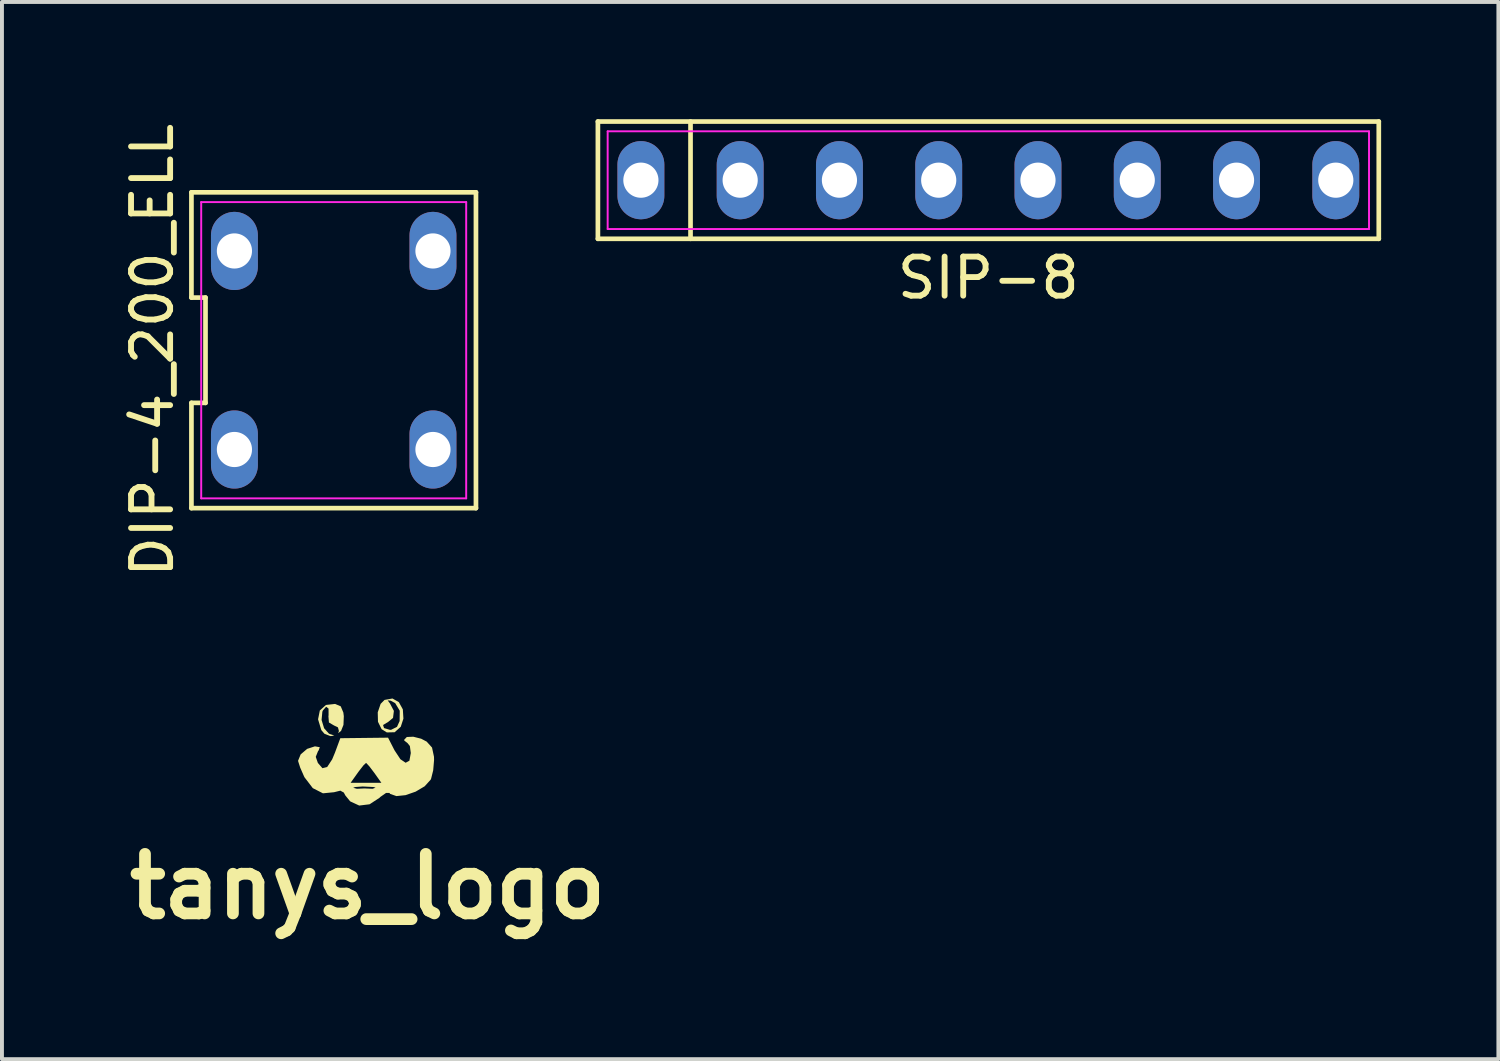
<source format=kicad_pcb>
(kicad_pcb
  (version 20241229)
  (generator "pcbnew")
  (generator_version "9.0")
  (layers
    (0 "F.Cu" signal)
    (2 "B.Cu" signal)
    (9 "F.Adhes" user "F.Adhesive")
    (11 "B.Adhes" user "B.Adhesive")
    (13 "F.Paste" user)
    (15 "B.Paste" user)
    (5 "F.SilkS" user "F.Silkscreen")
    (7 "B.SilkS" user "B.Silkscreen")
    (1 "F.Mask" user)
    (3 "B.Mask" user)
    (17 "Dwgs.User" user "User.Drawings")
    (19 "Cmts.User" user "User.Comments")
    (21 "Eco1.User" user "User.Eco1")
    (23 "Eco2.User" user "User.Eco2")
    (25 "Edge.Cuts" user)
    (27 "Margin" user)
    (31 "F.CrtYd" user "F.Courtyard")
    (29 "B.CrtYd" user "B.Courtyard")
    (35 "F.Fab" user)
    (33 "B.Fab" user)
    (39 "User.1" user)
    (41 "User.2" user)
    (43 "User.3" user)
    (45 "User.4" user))
  (footprint "DIP-4_200_ELL"
    (layer "F.Cu")
    (at 5.488 5.911)
    (property "Reference" "DIP-4_200_ELL" (at -4.64 0 90) (layer "F.SilkS") (effects (font (size 1 1) (thickness 0.15))))
    (fp_line (start -3.64 -1.347) (end -3.28 -1.347) (stroke (width 0.12) (type solid)) (layer "F.SilkS"))
    (fp_line (start -3.64 1.347) (end -3.64 4.04) (stroke (width 0.12) (type solid)) (layer "F.SilkS"))
    (fp_line (start -3.64 4.04) (end 3.64 4.04) (stroke (width 0.12) (type solid)) (layer "F.SilkS"))
    (fp_line (start -3.64 -4.04) (end -3.64 -1.347) (stroke (width 0.12) (type solid)) (layer "F.SilkS"))
    (fp_line (start -3.28 -1.347) (end -3.28 1.347) (stroke (width 0.12) (type solid)) (layer "F.SilkS"))
    (fp_line (start -3.28 1.347) (end -3.64 1.347) (stroke (width 0.12) (type solid)) (layer "F.SilkS"))
    (fp_line (start 3.64 4.04) (end 3.64 -4.04) (stroke (width 0.12) (type solid)) (layer "F.SilkS"))
    (fp_line (start 3.64 -4.04) (end -3.64 -4.04) (stroke (width 0.12) (type solid)) (layer "F.SilkS"))
    (fp_line (start -3.39 -3.79) (end 3.39 -3.79) (stroke (width 0.05) (type solid)) (layer "F.CrtYd"))
    (fp_line (start -3.39 3.79) (end -3.39 -3.79) (stroke (width 0.05) (type solid)) (layer "F.CrtYd"))
    (fp_line (start 3.39 -3.79) (end 3.39 3.79) (stroke (width 0.05) (type solid)) (layer "F.CrtYd"))
    (fp_line (start 3.39 3.79) (end -3.39 3.79) (stroke (width 0.05) (type solid)) (layer "F.CrtYd"))
    (pad "1" thru_hole oval (at -2.54 2.54) (size 1.2 2) (drill 0.9) (layers "*.Cu" "*.Mask"))
    (pad "2" thru_hole oval (at 2.54 2.54) (size 1.2 2) (drill 0.9) (layers "*.Cu" "*.Mask"))
    (pad "3" thru_hole oval (at 2.54 -2.54) (size 1.2 2) (drill 0.9) (layers "*.Cu" "*.Mask"))
    (pad "4" thru_hole oval (at -2.54 -2.54) (size 1.2 2) (drill 0.9) (layers "*.Cu" "*.Mask")))
  (footprint "tanys_logo"
    (layer "F.Cu")
    (at 6.357 16.132)
    (property "Reference" "tanys_logo" (at 0 3.5 0) (layer "F.SilkS") (effects (font (size 1.524 1.524) (thickness 0.3))))
    (attr board_only exclude_from_pos_files exclude_from_bom)
    (fp_poly (pts (xy -0.689 -1.11) (xy -0.622 -0.951) (xy -0.61 -0.857) (xy -0.619 -0.635) (xy -0.68 -0.482) (xy -0.686 -0.476) (xy -0.756 -0.424) (xy -0.735 -0.477) (xy -0.76 -0.571) (xy -0.861 -0.62) (xy -0.991 -0.696) (xy -1.004 -0.857) (xy -1 -0.884) (xy -1.001 -1.051) (xy -1.062 -1.099) (xy -1.145 -1.005) (xy -1.159 -0.973) (xy -1.179 -0.761) (xy -1.114 -0.548) (xy -0.99 -0.41) (xy -0.956 -0.397) (xy -0.854 -0.365) (xy -0.916 -0.351) (xy -0.953 -0.348) (xy -1.106 -0.408) (xy -1.186 -0.502) (xy -1.269 -0.777) (xy -1.224 -1.003) (xy -1.067 -1.145) (xy -0.833 -1.171)) (stroke (width 0) (type solid)) (fill yes) (layer "F.SilkS"))
    (fp_poly (pts (xy 0.798 -1.217) (xy 0.9 -1.032) (xy 0.915 -0.795) (xy 0.847 -0.587) (xy 0.691 -0.447) (xy 0.49 -0.442) (xy 0.357 -0.525) (xy 0.304 -0.632) (xy 0.394 -0.632) (xy 0.419 -0.553) (xy 0.566 -0.509) (xy 0.598 -0.508) (xy 0.751 -0.585) (xy 0.818 -0.733) (xy 0.821 -0.997) (xy 0.704 -1.192) (xy 0.589 -1.254) (xy 0.512 -1.262) (xy 0.57 -1.183) (xy 0.573 -1.179) (xy 0.671 -0.993) (xy 0.649 -0.813) (xy 0.517 -0.704) (xy 0.511 -0.702) (xy 0.394 -0.632) (xy 0.304 -0.632) (xy 0.264 -0.714) (xy 0.258 -0.956) (xy 0.332 -1.173) (xy 0.432 -1.274) (xy 0.635 -1.31)) (stroke (width 0) (type solid)) (fill yes) (layer "F.SilkS"))
    (fp_poly (pts (xy 1.369 -0.281) (xy 1.51 -0.207) (xy 1.647 -0.055) (xy 1.697 0.18) (xy 1.699 0.264) (xy 1.677 0.527) (xy 1.624 0.739) (xy 1.612 0.767) (xy 1.459 0.936) (xy 1.228 1.073) (xy 0.97 1.163) (xy 0.736 1.187) (xy 0.576 1.131) (xy 0.556 1.106) (xy 0.471 1.106) (xy 0.327 1.207) (xy 0.3 1.233) (xy 0.048 1.397) (xy -0.216 1.429) (xy -0.441 1.325) (xy -0.454 1.314) (xy -0.572 1.169) (xy -0.61 1.097) (xy -0.699 1.048) (xy -0.86 1.088) (xy -1.144 1.116) (xy -1.403 0.984) (xy -1.411 0.974) (xy -0.371 0.974) (xy -0.275 1) (xy -0.085 0.991) (xy 0.125 1) (xy 0.203 0.972) (xy 0.149 0.955) (xy -0.126 0.941) (xy -0.319 0.955) (xy -0.371 0.974) (xy -1.411 0.974) (xy -1.508 0.847) (xy 0 0.847) (xy 0.351 0.847) (xy 0.17 0.593) (xy 0.044 0.427) (xy -0.035 0.342) (xy -0.042 0.339) (xy -0.107 0.4) (xy -0.226 0.553) (xy -0.255 0.593) (xy -0.436 0.847) (xy -1.508 0.847) (xy -1.616 0.706) (xy -1.631 0.675) (xy -1.726 0.459) (xy -1.777 0.3) (xy -1.78 0.281) (xy -1.714 0.12) (xy -1.549 -0.021) (xy -1.352 -0.085) (xy -1.343 -0.085) (xy -1.225 -0.064) (xy -1.254 0.018) (xy -1.27 0.037) (xy -1.328 0.183) (xy -1.274 0.338) (xy -1.157 0.473) (xy -1.036 0.443) (xy -0.908 0.247) (xy -0.838 0.079) (xy -0.7 -0.294) (xy -0.089 -0.301) (xy 0.522 -0.308) (xy 0.687 0.015) (xy 0.838 0.244) (xy 0.972 0.334) (xy 1.068 0.282) (xy 1.104 0.085) (xy 1.08 -0.094) (xy 1.02 -0.169) (xy 1.019 -0.169) (xy 0.937 -0.234) (xy 0.934 -0.254) (xy 1.002 -0.325) (xy 1.167 -0.332)) (stroke (width 0) (type solid)) (fill yes) (layer "F.SilkS")))
  (footprint "SIP-8"
    (layer "F.Cu")
    (at 22.238 1.56)
    (property "Reference" "SIP-8" (at 0 2.5 0) (layer "F.SilkS") (effects (font (size 1 1) (thickness 0.15))))
    (fp_line (start -9.99 -1.5) (end 9.99 -1.5) (stroke (width 0.12) (type solid)) (layer "F.SilkS"))
    (fp_line (start -9.99 1.5) (end -9.99 -1.5) (stroke (width 0.12) (type solid)) (layer "F.SilkS"))
    (fp_line (start -7.62 -1.5) (end -7.62 1.5) (stroke (width 0.12) (type solid)) (layer "F.SilkS"))
    (fp_line (start 9.99 -1.5) (end 9.99 1.5) (stroke (width 0.12) (type solid)) (layer "F.SilkS"))
    (fp_line (start 9.99 1.5) (end -9.99 1.5) (stroke (width 0.12) (type solid)) (layer "F.SilkS"))
    (fp_line (start -9.74 -1.25) (end 9.74 -1.25) (stroke (width 0.05) (type solid)) (layer "F.CrtYd"))
    (fp_line (start -9.74 1.25) (end -9.74 -1.25) (stroke (width 0.05) (type solid)) (layer "F.CrtYd"))
    (fp_line (start 9.74 -1.25) (end 9.74 1.25) (stroke (width 0.05) (type solid)) (layer "F.CrtYd"))
    (fp_line (start 9.74 1.25) (end -9.74 1.25) (stroke (width 0.05) (type solid)) (layer "F.CrtYd"))
    (pad "1" thru_hole oval (at -8.89 0) (size 1.2 2) (drill 0.9) (layers "*.Cu" "*.Mask"))
    (pad "2" thru_hole oval (at -6.35 0) (size 1.2 2) (drill 0.9) (layers "*.Cu" "*.Mask"))
    (pad "3" thru_hole oval (at -3.81 0) (size 1.2 2) (drill 0.9) (layers "*.Cu" "*.Mask"))
    (pad "4" thru_hole oval (at -1.27 0) (size 1.2 2) (drill 0.9) (layers "*.Cu" "*.Mask"))
    (pad "5" thru_hole oval (at 1.27 0) (size 1.2 2) (drill 0.9) (layers "*.Cu" "*.Mask"))
    (pad "6" thru_hole oval (at 3.81 0) (size 1.2 2) (drill 0.9) (layers "*.Cu" "*.Mask"))
    (pad "7" thru_hole oval (at 6.35 0) (size 1.2 2) (drill 0.9) (layers "*.Cu" "*.Mask"))
    (pad "8" thru_hole oval (at 8.89 0) (size 1.2 2) (drill 0.9) (layers "*.Cu" "*.Mask")))
  (gr_rect
    (start -3 -3)
    (end 35.288 24.05)
    (stroke (width 0.1) (type default))
    (fill no)
    (layer "Edge.Cuts")))
</source>
